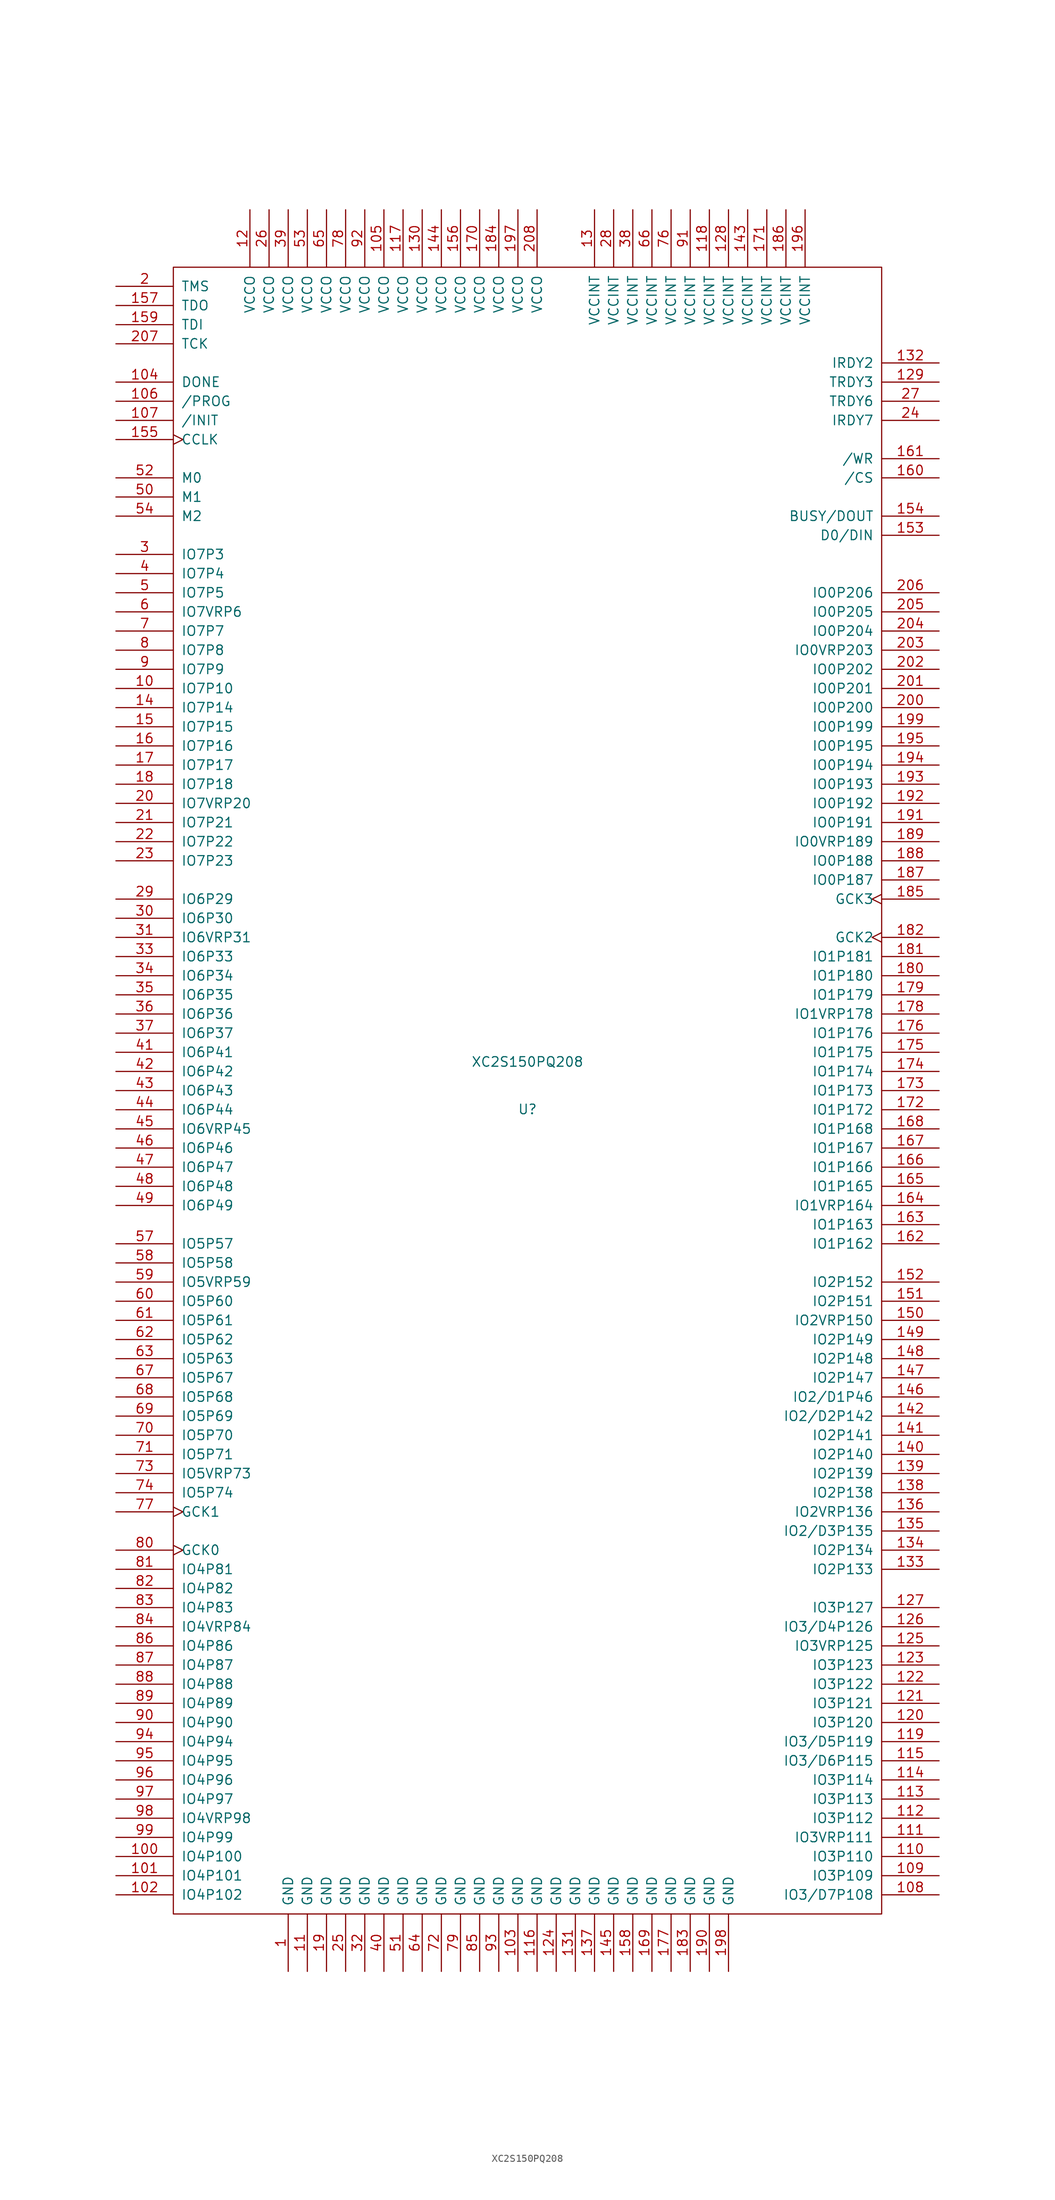
<source format=kicad_sym>
(kicad_symbol_lib
  (version 20201005)
  (generator kicad_symbol_editor)
  (symbol "FPGA_Xilinx:XC2S150PQ208"
    (pin_names
      (offset 1.016))
    (property "Reference" "U"
      (at 0 -2.489 0)
      (effects (font (size 1.27 1.27))))
    (property "Value" "XC2S150PQ208"
      (at 0 3.81 0)
      (effects (font (size 1.27 1.27))))
    (symbol "XC2S150PQ208_0_1"
      (rectangle (start -46.99 109.22) (end 46.99 -109.22) (stroke (width 0)) (fill (type none))))
    (symbol "XC2S150PQ208_1_1"
      (pin power_in line (at -31.75 -116.84 90) (length 7.62) (name "GND" (effects (font (size 1.27 1.27)))) (number "1" (effects (font (size 1.27 1.27)))))
      (pin bidirectional line (at -54.61 53.34 0) (length 7.62) (name "IO7P10" (effects (font (size 1.27 1.27)))) (number "10" (effects (font (size 1.27 1.27)))))
      (pin bidirectional line (at -54.61 -101.6 0) (length 7.62) (name "IO4P100" (effects (font (size 1.27 1.27)))) (number "100" (effects (font (size 1.27 1.27)))))
      (pin bidirectional line (at -54.61 -104.14 0) (length 7.62) (name "IO4P101" (effects (font (size 1.27 1.27)))) (number "101" (effects (font (size 1.27 1.27)))))
      (pin bidirectional line (at -54.61 -106.68 0) (length 7.62) (name "IO4P102" (effects (font (size 1.27 1.27)))) (number "102" (effects (font (size 1.27 1.27)))))
      (pin power_in line (at -1.27 -116.84 90) (length 7.62) (name "GND" (effects (font (size 1.27 1.27)))) (number "103" (effects (font (size 1.27 1.27)))))
      (pin bidirectional line (at -54.61 93.98 0) (length 7.62) (name "DONE" (effects (font (size 1.27 1.27)))) (number "104" (effects (font (size 1.27 1.27)))))
      (pin power_in line (at -19.05 116.84 270) (length 7.62) (name "VCCO" (effects (font (size 1.27 1.27)))) (number "105" (effects (font (size 1.27 1.27)))))
      (pin input line (at -54.61 91.44 0) (length 7.62) (name "/PROG" (effects (font (size 1.27 1.27)))) (number "106" (effects (font (size 1.27 1.27)))))
      (pin bidirectional line (at -54.61 88.9 0) (length 7.62) (name "/INIT" (effects (font (size 1.27 1.27)))) (number "107" (effects (font (size 1.27 1.27)))))
      (pin bidirectional line (at 54.61 -106.68 180) (length 7.62) (name "IO3/D7P108" (effects (font (size 1.27 1.27)))) (number "108" (effects (font (size 1.27 1.27)))))
      (pin bidirectional line (at 54.61 -104.14 180) (length 7.62) (name "IO3P109" (effects (font (size 1.27 1.27)))) (number "109" (effects (font (size 1.27 1.27)))))
      (pin power_in line (at -29.21 -116.84 90) (length 7.62) (name "GND" (effects (font (size 1.27 1.27)))) (number "11" (effects (font (size 1.27 1.27)))))
      (pin bidirectional line (at 54.61 -101.6 180) (length 7.62) (name "IO3P110" (effects (font (size 1.27 1.27)))) (number "110" (effects (font (size 1.27 1.27)))))
      (pin bidirectional line (at 54.61 -99.06 180) (length 7.62) (name "IO3VRP111" (effects (font (size 1.27 1.27)))) (number "111" (effects (font (size 1.27 1.27)))))
      (pin bidirectional line (at 54.61 -96.52 180) (length 7.62) (name "IO3P112" (effects (font (size 1.27 1.27)))) (number "112" (effects (font (size 1.27 1.27)))))
      (pin bidirectional line (at 54.61 -93.98 180) (length 7.62) (name "IO3P113" (effects (font (size 1.27 1.27)))) (number "113" (effects (font (size 1.27 1.27)))))
      (pin bidirectional line (at 54.61 -91.44 180) (length 7.62) (name "IO3P114" (effects (font (size 1.27 1.27)))) (number "114" (effects (font (size 1.27 1.27)))))
      (pin bidirectional line (at 54.61 -88.9 180) (length 7.62) (name "IO3/D6P115" (effects (font (size 1.27 1.27)))) (number "115" (effects (font (size 1.27 1.27)))))
      (pin power_in line (at 1.27 -116.84 90) (length 7.62) (name "GND" (effects (font (size 1.27 1.27)))) (number "116" (effects (font (size 1.27 1.27)))))
      (pin power_in line (at -16.51 116.84 270) (length 7.62) (name "VCCO" (effects (font (size 1.27 1.27)))) (number "117" (effects (font (size 1.27 1.27)))))
      (pin power_in line (at 24.13 116.84 270) (length 7.62) (name "VCCINT" (effects (font (size 1.27 1.27)))) (number "118" (effects (font (size 1.27 1.27)))))
      (pin bidirectional line (at 54.61 -86.36 180) (length 7.62) (name "IO3/D5P119" (effects (font (size 1.27 1.27)))) (number "119" (effects (font (size 1.27 1.27)))))
      (pin power_in line (at -36.83 116.84 270) (length 7.62) (name "VCCO" (effects (font (size 1.27 1.27)))) (number "12" (effects (font (size 1.27 1.27)))))
      (pin bidirectional line (at 54.61 -83.82 180) (length 7.62) (name "IO3P120" (effects (font (size 1.27 1.27)))) (number "120" (effects (font (size 1.27 1.27)))))
      (pin bidirectional line (at 54.61 -81.28 180) (length 7.62) (name "IO3P121" (effects (font (size 1.27 1.27)))) (number "121" (effects (font (size 1.27 1.27)))))
      (pin bidirectional line (at 54.61 -78.74 180) (length 7.62) (name "IO3P122" (effects (font (size 1.27 1.27)))) (number "122" (effects (font (size 1.27 1.27)))))
      (pin bidirectional line (at 54.61 -76.2 180) (length 7.62) (name "IO3P123" (effects (font (size 1.27 1.27)))) (number "123" (effects (font (size 1.27 1.27)))))
      (pin power_in line (at 3.81 -116.84 90) (length 7.62) (name "GND" (effects (font (size 1.27 1.27)))) (number "124" (effects (font (size 1.27 1.27)))))
      (pin bidirectional line (at 54.61 -73.66 180) (length 7.62) (name "IO3VRP125" (effects (font (size 1.27 1.27)))) (number "125" (effects (font (size 1.27 1.27)))))
      (pin bidirectional line (at 54.61 -71.12 180) (length 7.62) (name "IO3/D4P126" (effects (font (size 1.27 1.27)))) (number "126" (effects (font (size 1.27 1.27)))))
      (pin bidirectional line (at 54.61 -68.58 180) (length 7.62) (name "IO3P127" (effects (font (size 1.27 1.27)))) (number "127" (effects (font (size 1.27 1.27)))))
      (pin power_in line (at 26.67 116.84 270) (length 7.62) (name "VCCINT" (effects (font (size 1.27 1.27)))) (number "128" (effects (font (size 1.27 1.27)))))
      (pin bidirectional line (at 54.61 93.98 180) (length 7.62) (name "TRDY3" (effects (font (size 1.27 1.27)))) (number "129" (effects (font (size 1.27 1.27)))))
      (pin power_in line (at 8.89 116.84 270) (length 7.62) (name "VCCINT" (effects (font (size 1.27 1.27)))) (number "13" (effects (font (size 1.27 1.27)))))
      (pin power_in line (at -13.97 116.84 270) (length 7.62) (name "VCCO" (effects (font (size 1.27 1.27)))) (number "130" (effects (font (size 1.27 1.27)))))
      (pin power_in line (at 6.35 -116.84 90) (length 7.62) (name "GND" (effects (font (size 1.27 1.27)))) (number "131" (effects (font (size 1.27 1.27)))))
      (pin bidirectional line (at 54.61 96.52 180) (length 7.62) (name "IRDY2" (effects (font (size 1.27 1.27)))) (number "132" (effects (font (size 1.27 1.27)))))
      (pin bidirectional line (at 54.61 -63.5 180) (length 7.62) (name "IO2P133" (effects (font (size 1.27 1.27)))) (number "133" (effects (font (size 1.27 1.27)))))
      (pin bidirectional line (at 54.61 -60.96 180) (length 7.62) (name "IO2P134" (effects (font (size 1.27 1.27)))) (number "134" (effects (font (size 1.27 1.27)))))
      (pin bidirectional line (at 54.61 -58.42 180) (length 7.62) (name "IO2/D3P135" (effects (font (size 1.27 1.27)))) (number "135" (effects (font (size 1.27 1.27)))))
      (pin bidirectional line (at 54.61 -55.88 180) (length 7.62) (name "IO2VRP136" (effects (font (size 1.27 1.27)))) (number "136" (effects (font (size 1.27 1.27)))))
      (pin power_in line (at 8.89 -116.84 90) (length 7.62) (name "GND" (effects (font (size 1.27 1.27)))) (number "137" (effects (font (size 1.27 1.27)))))
      (pin bidirectional line (at 54.61 -53.34 180) (length 7.62) (name "IO2P138" (effects (font (size 1.27 1.27)))) (number "138" (effects (font (size 1.27 1.27)))))
      (pin bidirectional line (at 54.61 -50.8 180) (length 7.62) (name "IO2P139" (effects (font (size 1.27 1.27)))) (number "139" (effects (font (size 1.27 1.27)))))
      (pin bidirectional line (at -54.61 50.8 0) (length 7.62) (name "IO7P14" (effects (font (size 1.27 1.27)))) (number "14" (effects (font (size 1.27 1.27)))))
      (pin bidirectional line (at 54.61 -48.26 180) (length 7.62) (name "IO2P140" (effects (font (size 1.27 1.27)))) (number "140" (effects (font (size 1.27 1.27)))))
      (pin bidirectional line (at 54.61 -45.72 180) (length 7.62) (name "IO2P141" (effects (font (size 1.27 1.27)))) (number "141" (effects (font (size 1.27 1.27)))))
      (pin bidirectional line (at 54.61 -43.18 180) (length 7.62) (name "IO2/D2P142" (effects (font (size 1.27 1.27)))) (number "142" (effects (font (size 1.27 1.27)))))
      (pin power_in line (at 29.21 116.84 270) (length 7.62) (name "VCCINT" (effects (font (size 1.27 1.27)))) (number "143" (effects (font (size 1.27 1.27)))))
      (pin power_in line (at -11.43 116.84 270) (length 7.62) (name "VCCO" (effects (font (size 1.27 1.27)))) (number "144" (effects (font (size 1.27 1.27)))))
      (pin power_in line (at 11.43 -116.84 90) (length 7.62) (name "GND" (effects (font (size 1.27 1.27)))) (number "145" (effects (font (size 1.27 1.27)))))
      (pin bidirectional line (at 54.61 -40.64 180) (length 7.62) (name "IO2/D1P46" (effects (font (size 1.27 1.27)))) (number "146" (effects (font (size 1.27 1.27)))))
      (pin bidirectional line (at 54.61 -38.1 180) (length 7.62) (name "IO2P147" (effects (font (size 1.27 1.27)))) (number "147" (effects (font (size 1.27 1.27)))))
      (pin bidirectional line (at 54.61 -35.56 180) (length 7.62) (name "IO2P148" (effects (font (size 1.27 1.27)))) (number "148" (effects (font (size 1.27 1.27)))))
      (pin bidirectional line (at 54.61 -33.02 180) (length 7.62) (name "IO2P149" (effects (font (size 1.27 1.27)))) (number "149" (effects (font (size 1.27 1.27)))))
      (pin bidirectional line (at -54.61 48.26 0) (length 7.62) (name "IO7P15" (effects (font (size 1.27 1.27)))) (number "15" (effects (font (size 1.27 1.27)))))
      (pin bidirectional line (at 54.61 -30.48 180) (length 7.62) (name "IO2VRP150" (effects (font (size 1.27 1.27)))) (number "150" (effects (font (size 1.27 1.27)))))
      (pin bidirectional line (at 54.61 -27.94 180) (length 7.62) (name "IO2P151" (effects (font (size 1.27 1.27)))) (number "151" (effects (font (size 1.27 1.27)))))
      (pin bidirectional line (at 54.61 -25.4 180) (length 7.62) (name "IO2P152" (effects (font (size 1.27 1.27)))) (number "152" (effects (font (size 1.27 1.27)))))
      (pin bidirectional line (at 54.61 73.66 180) (length 7.62) (name "D0/DIN" (effects (font (size 1.27 1.27)))) (number "153" (effects (font (size 1.27 1.27)))))
      (pin bidirectional line (at 54.61 76.2 180) (length 7.62) (name "BUSY/DOUT" (effects (font (size 1.27 1.27)))) (number "154" (effects (font (size 1.27 1.27)))))
      (pin bidirectional clock (at -54.61 86.36 0) (length 7.62) (name "CCLK" (effects (font (size 1.27 1.27)))) (number "155" (effects (font (size 1.27 1.27)))))
      (pin power_in line (at -8.89 116.84 270) (length 7.62) (name "VCCO" (effects (font (size 1.27 1.27)))) (number "156" (effects (font (size 1.27 1.27)))))
      (pin bidirectional line (at -54.61 104.14 0) (length 7.62) (name "TDO" (effects (font (size 1.27 1.27)))) (number "157" (effects (font (size 1.27 1.27)))))
      (pin power_in line (at 13.97 -116.84 90) (length 7.62) (name "GND" (effects (font (size 1.27 1.27)))) (number "158" (effects (font (size 1.27 1.27)))))
      (pin bidirectional line (at -54.61 101.6 0) (length 7.62) (name "TDI" (effects (font (size 1.27 1.27)))) (number "159" (effects (font (size 1.27 1.27)))))
      (pin bidirectional line (at -54.61 45.72 0) (length 7.62) (name "IO7P16" (effects (font (size 1.27 1.27)))) (number "16" (effects (font (size 1.27 1.27)))))
      (pin bidirectional line (at 54.61 81.28 180) (length 7.62) (name "/CS" (effects (font (size 1.27 1.27)))) (number "160" (effects (font (size 1.27 1.27)))))
      (pin bidirectional line (at 54.61 83.82 180) (length 7.62) (name "/WR" (effects (font (size 1.27 1.27)))) (number "161" (effects (font (size 1.27 1.27)))))
      (pin bidirectional line (at 54.61 -20.32 180) (length 7.62) (name "IO1P162" (effects (font (size 1.27 1.27)))) (number "162" (effects (font (size 1.27 1.27)))))
      (pin bidirectional line (at 54.61 -17.78 180) (length 7.62) (name "IO1P163" (effects (font (size 1.27 1.27)))) (number "163" (effects (font (size 1.27 1.27)))))
      (pin bidirectional line (at 54.61 -15.24 180) (length 7.62) (name "IO1VRP164" (effects (font (size 1.27 1.27)))) (number "164" (effects (font (size 1.27 1.27)))))
      (pin bidirectional line (at 54.61 -12.7 180) (length 7.62) (name "IO1P165" (effects (font (size 1.27 1.27)))) (number "165" (effects (font (size 1.27 1.27)))))
      (pin bidirectional line (at 54.61 -10.16 180) (length 7.62) (name "IO1P166" (effects (font (size 1.27 1.27)))) (number "166" (effects (font (size 1.27 1.27)))))
      (pin bidirectional line (at 54.61 -7.62 180) (length 7.62) (name "IO1P167" (effects (font (size 1.27 1.27)))) (number "167" (effects (font (size 1.27 1.27)))))
      (pin bidirectional line (at 54.61 -5.08 180) (length 7.62) (name "IO1P168" (effects (font (size 1.27 1.27)))) (number "168" (effects (font (size 1.27 1.27)))))
      (pin power_in line (at 16.51 -116.84 90) (length 7.62) (name "GND" (effects (font (size 1.27 1.27)))) (number "169" (effects (font (size 1.27 1.27)))))
      (pin bidirectional line (at -54.61 43.18 0) (length 7.62) (name "IO7P17" (effects (font (size 1.27 1.27)))) (number "17" (effects (font (size 1.27 1.27)))))
      (pin power_in line (at -6.35 116.84 270) (length 7.62) (name "VCCO" (effects (font (size 1.27 1.27)))) (number "170" (effects (font (size 1.27 1.27)))))
      (pin power_in line (at 31.75 116.84 270) (length 7.62) (name "VCCINT" (effects (font (size 1.27 1.27)))) (number "171" (effects (font (size 1.27 1.27)))))
      (pin bidirectional line (at 54.61 -2.54 180) (length 7.62) (name "IO1P172" (effects (font (size 1.27 1.27)))) (number "172" (effects (font (size 1.27 1.27)))))
      (pin bidirectional line (at 54.61 0 180) (length 7.62) (name "IO1P173" (effects (font (size 1.27 1.27)))) (number "173" (effects (font (size 1.27 1.27)))))
      (pin bidirectional line (at 54.61 2.54 180) (length 7.62) (name "IO1P174" (effects (font (size 1.27 1.27)))) (number "174" (effects (font (size 1.27 1.27)))))
      (pin bidirectional line (at 54.61 5.08 180) (length 7.62) (name "IO1P175" (effects (font (size 1.27 1.27)))) (number "175" (effects (font (size 1.27 1.27)))))
      (pin bidirectional line (at 54.61 7.62 180) (length 7.62) (name "IO1P176" (effects (font (size 1.27 1.27)))) (number "176" (effects (font (size 1.27 1.27)))))
      (pin power_in line (at 19.05 -116.84 90) (length 7.62) (name "GND" (effects (font (size 1.27 1.27)))) (number "177" (effects (font (size 1.27 1.27)))))
      (pin bidirectional line (at 54.61 10.16 180) (length 7.62) (name "IO1VRP178" (effects (font (size 1.27 1.27)))) (number "178" (effects (font (size 1.27 1.27)))))
      (pin bidirectional line (at 54.61 12.7 180) (length 7.62) (name "IO1P179" (effects (font (size 1.27 1.27)))) (number "179" (effects (font (size 1.27 1.27)))))
      (pin bidirectional line (at -54.61 40.64 0) (length 7.62) (name "IO7P18" (effects (font (size 1.27 1.27)))) (number "18" (effects (font (size 1.27 1.27)))))
      (pin bidirectional line (at 54.61 15.24 180) (length 7.62) (name "IO1P180" (effects (font (size 1.27 1.27)))) (number "180" (effects (font (size 1.27 1.27)))))
      (pin bidirectional line (at 54.61 17.78 180) (length 7.62) (name "IO1P181" (effects (font (size 1.27 1.27)))) (number "181" (effects (font (size 1.27 1.27)))))
      (pin input clock (at 54.61 20.32 180) (length 7.62) (name "GCK2" (effects (font (size 1.27 1.27)))) (number "182" (effects (font (size 1.27 1.27)))))
      (pin power_in line (at 21.59 -116.84 90) (length 7.62) (name "GND" (effects (font (size 1.27 1.27)))) (number "183" (effects (font (size 1.27 1.27)))))
      (pin power_in line (at -3.81 116.84 270) (length 7.62) (name "VCCO" (effects (font (size 1.27 1.27)))) (number "184" (effects (font (size 1.27 1.27)))))
      (pin input clock (at 54.61 25.4 180) (length 7.62) (name "GCK3" (effects (font (size 1.27 1.27)))) (number "185" (effects (font (size 1.27 1.27)))))
      (pin power_in line (at 34.29 116.84 270) (length 7.62) (name "VCCINT" (effects (font (size 1.27 1.27)))) (number "186" (effects (font (size 1.27 1.27)))))
      (pin bidirectional line (at 54.61 27.94 180) (length 7.62) (name "IO0P187" (effects (font (size 1.27 1.27)))) (number "187" (effects (font (size 1.27 1.27)))))
      (pin bidirectional line (at 54.61 30.48 180) (length 7.62) (name "IO0P188" (effects (font (size 1.27 1.27)))) (number "188" (effects (font (size 1.27 1.27)))))
      (pin bidirectional line (at 54.61 33.02 180) (length 7.62) (name "IO0VRP189" (effects (font (size 1.27 1.27)))) (number "189" (effects (font (size 1.27 1.27)))))
      (pin power_in line (at -26.67 -116.84 90) (length 7.62) (name "GND" (effects (font (size 1.27 1.27)))) (number "19" (effects (font (size 1.27 1.27)))))
      (pin power_in line (at 24.13 -116.84 90) (length 7.62) (name "GND" (effects (font (size 1.27 1.27)))) (number "190" (effects (font (size 1.27 1.27)))))
      (pin bidirectional line (at 54.61 35.56 180) (length 7.62) (name "IO0P191" (effects (font (size 1.27 1.27)))) (number "191" (effects (font (size 1.27 1.27)))))
      (pin bidirectional line (at 54.61 38.1 180) (length 7.62) (name "IO0P192" (effects (font (size 1.27 1.27)))) (number "192" (effects (font (size 1.27 1.27)))))
      (pin bidirectional line (at 54.61 40.64 180) (length 7.62) (name "IO0P193" (effects (font (size 1.27 1.27)))) (number "193" (effects (font (size 1.27 1.27)))))
      (pin bidirectional line (at 54.61 43.18 180) (length 7.62) (name "IO0P194" (effects (font (size 1.27 1.27)))) (number "194" (effects (font (size 1.27 1.27)))))
      (pin bidirectional line (at 54.61 45.72 180) (length 7.62) (name "IO0P195" (effects (font (size 1.27 1.27)))) (number "195" (effects (font (size 1.27 1.27)))))
      (pin power_in line (at 36.83 116.84 270) (length 7.62) (name "VCCINT" (effects (font (size 1.27 1.27)))) (number "196" (effects (font (size 1.27 1.27)))))
      (pin power_in line (at -1.27 116.84 270) (length 7.62) (name "VCCO" (effects (font (size 1.27 1.27)))) (number "197" (effects (font (size 1.27 1.27)))))
      (pin power_in line (at 26.67 -116.84 90) (length 7.62) (name "GND" (effects (font (size 1.27 1.27)))) (number "198" (effects (font (size 1.27 1.27)))))
      (pin bidirectional line (at 54.61 48.26 180) (length 7.62) (name "IO0P199" (effects (font (size 1.27 1.27)))) (number "199" (effects (font (size 1.27 1.27)))))
      (pin bidirectional line (at -54.61 106.68 0) (length 7.62) (name "TMS" (effects (font (size 1.27 1.27)))) (number "2" (effects (font (size 1.27 1.27)))))
      (pin bidirectional line (at -54.61 38.1 0) (length 7.62) (name "IO7VRP20" (effects (font (size 1.27 1.27)))) (number "20" (effects (font (size 1.27 1.27)))))
      (pin bidirectional line (at 54.61 50.8 180) (length 7.62) (name "IO0P200" (effects (font (size 1.27 1.27)))) (number "200" (effects (font (size 1.27 1.27)))))
      (pin bidirectional line (at 54.61 53.34 180) (length 7.62) (name "IO0P201" (effects (font (size 1.27 1.27)))) (number "201" (effects (font (size 1.27 1.27)))))
      (pin bidirectional line (at 54.61 55.88 180) (length 7.62) (name "IO0P202" (effects (font (size 1.27 1.27)))) (number "202" (effects (font (size 1.27 1.27)))))
      (pin bidirectional line (at 54.61 58.42 180) (length 7.62) (name "IO0VRP203" (effects (font (size 1.27 1.27)))) (number "203" (effects (font (size 1.27 1.27)))))
      (pin bidirectional line (at 54.61 60.96 180) (length 7.62) (name "IO0P204" (effects (font (size 1.27 1.27)))) (number "204" (effects (font (size 1.27 1.27)))))
      (pin bidirectional line (at 54.61 63.5 180) (length 7.62) (name "IO0P205" (effects (font (size 1.27 1.27)))) (number "205" (effects (font (size 1.27 1.27)))))
      (pin bidirectional line (at 54.61 66.04 180) (length 7.62) (name "IO0P206" (effects (font (size 1.27 1.27)))) (number "206" (effects (font (size 1.27 1.27)))))
      (pin bidirectional line (at -54.61 99.06 0) (length 7.62) (name "TCK" (effects (font (size 1.27 1.27)))) (number "207" (effects (font (size 1.27 1.27)))))
      (pin power_in line (at 1.27 116.84 270) (length 7.62) (name "VCCO" (effects (font (size 1.27 1.27)))) (number "208" (effects (font (size 1.27 1.27)))))
      (pin bidirectional line (at -54.61 35.56 0) (length 7.62) (name "IO7P21" (effects (font (size 1.27 1.27)))) (number "21" (effects (font (size 1.27 1.27)))))
      (pin bidirectional line (at -54.61 33.02 0) (length 7.62) (name "IO7P22" (effects (font (size 1.27 1.27)))) (number "22" (effects (font (size 1.27 1.27)))))
      (pin bidirectional line (at -54.61 30.48 0) (length 7.62) (name "IO7P23" (effects (font (size 1.27 1.27)))) (number "23" (effects (font (size 1.27 1.27)))))
      (pin bidirectional line (at 54.61 88.9 180) (length 7.62) (name "IRDY7" (effects (font (size 1.27 1.27)))) (number "24" (effects (font (size 1.27 1.27)))))
      (pin power_in line (at -24.13 -116.84 90) (length 7.62) (name "GND" (effects (font (size 1.27 1.27)))) (number "25" (effects (font (size 1.27 1.27)))))
      (pin power_in line (at -34.29 116.84 270) (length 7.62) (name "VCCO" (effects (font (size 1.27 1.27)))) (number "26" (effects (font (size 1.27 1.27)))))
      (pin bidirectional line (at 54.61 91.44 180) (length 7.62) (name "TRDY6" (effects (font (size 1.27 1.27)))) (number "27" (effects (font (size 1.27 1.27)))))
      (pin power_in line (at 11.43 116.84 270) (length 7.62) (name "VCCINT" (effects (font (size 1.27 1.27)))) (number "28" (effects (font (size 1.27 1.27)))))
      (pin bidirectional line (at -54.61 25.4 0) (length 7.62) (name "IO6P29" (effects (font (size 1.27 1.27)))) (number "29" (effects (font (size 1.27 1.27)))))
      (pin bidirectional line (at -54.61 71.12 0) (length 7.62) (name "IO7P3" (effects (font (size 1.27 1.27)))) (number "3" (effects (font (size 1.27 1.27)))))
      (pin bidirectional line (at -54.61 22.86 0) (length 7.62) (name "IO6P30" (effects (font (size 1.27 1.27)))) (number "30" (effects (font (size 1.27 1.27)))))
      (pin bidirectional line (at -54.61 20.32 0) (length 7.62) (name "IO6VRP31" (effects (font (size 1.27 1.27)))) (number "31" (effects (font (size 1.27 1.27)))))
      (pin power_in line (at -21.59 -116.84 90) (length 7.62) (name "GND" (effects (font (size 1.27 1.27)))) (number "32" (effects (font (size 1.27 1.27)))))
      (pin bidirectional line (at -54.61 17.78 0) (length 7.62) (name "IO6P33" (effects (font (size 1.27 1.27)))) (number "33" (effects (font (size 1.27 1.27)))))
      (pin bidirectional line (at -54.61 15.24 0) (length 7.62) (name "IO6P34" (effects (font (size 1.27 1.27)))) (number "34" (effects (font (size 1.27 1.27)))))
      (pin bidirectional line (at -54.61 12.7 0) (length 7.62) (name "IO6P35" (effects (font (size 1.27 1.27)))) (number "35" (effects (font (size 1.27 1.27)))))
      (pin bidirectional line (at -54.61 10.16 0) (length 7.62) (name "IO6P36" (effects (font (size 1.27 1.27)))) (number "36" (effects (font (size 1.27 1.27)))))
      (pin bidirectional line (at -54.61 7.62 0) (length 7.62) (name "IO6P37" (effects (font (size 1.27 1.27)))) (number "37" (effects (font (size 1.27 1.27)))))
      (pin power_in line (at 13.97 116.84 270) (length 7.62) (name "VCCINT" (effects (font (size 1.27 1.27)))) (number "38" (effects (font (size 1.27 1.27)))))
      (pin power_in line (at -31.75 116.84 270) (length 7.62) (name "VCCO" (effects (font (size 1.27 1.27)))) (number "39" (effects (font (size 1.27 1.27)))))
      (pin bidirectional line (at -54.61 68.58 0) (length 7.62) (name "IO7P4" (effects (font (size 1.27 1.27)))) (number "4" (effects (font (size 1.27 1.27)))))
      (pin power_in line (at -19.05 -116.84 90) (length 7.62) (name "GND" (effects (font (size 1.27 1.27)))) (number "40" (effects (font (size 1.27 1.27)))))
      (pin bidirectional line (at -54.61 5.08 0) (length 7.62) (name "IO6P41" (effects (font (size 1.27 1.27)))) (number "41" (effects (font (size 1.27 1.27)))))
      (pin bidirectional line (at -54.61 2.54 0) (length 7.62) (name "IO6P42" (effects (font (size 1.27 1.27)))) (number "42" (effects (font (size 1.27 1.27)))))
      (pin bidirectional line (at -54.61 0 0) (length 7.62) (name "IO6P43" (effects (font (size 1.27 1.27)))) (number "43" (effects (font (size 1.27 1.27)))))
      (pin bidirectional line (at -54.61 -2.54 0) (length 7.62) (name "IO6P44" (effects (font (size 1.27 1.27)))) (number "44" (effects (font (size 1.27 1.27)))))
      (pin bidirectional line (at -54.61 -5.08 0) (length 7.62) (name "IO6VRP45" (effects (font (size 1.27 1.27)))) (number "45" (effects (font (size 1.27 1.27)))))
      (pin bidirectional line (at -54.61 -7.62 0) (length 7.62) (name "IO6P46" (effects (font (size 1.27 1.27)))) (number "46" (effects (font (size 1.27 1.27)))))
      (pin bidirectional line (at -54.61 -10.16 0) (length 7.62) (name "IO6P47" (effects (font (size 1.27 1.27)))) (number "47" (effects (font (size 1.27 1.27)))))
      (pin bidirectional line (at -54.61 -12.7 0) (length 7.62) (name "IO6P48" (effects (font (size 1.27 1.27)))) (number "48" (effects (font (size 1.27 1.27)))))
      (pin bidirectional line (at -54.61 -15.24 0) (length 7.62) (name "IO6P49" (effects (font (size 1.27 1.27)))) (number "49" (effects (font (size 1.27 1.27)))))
      (pin bidirectional line (at -54.61 66.04 0) (length 7.62) (name "IO7P5" (effects (font (size 1.27 1.27)))) (number "5" (effects (font (size 1.27 1.27)))))
      (pin input line (at -54.61 78.74 0) (length 7.62) (name "M1" (effects (font (size 1.27 1.27)))) (number "50" (effects (font (size 1.27 1.27)))))
      (pin power_in line (at -16.51 -116.84 90) (length 7.62) (name "GND" (effects (font (size 1.27 1.27)))) (number "51" (effects (font (size 1.27 1.27)))))
      (pin input line (at -54.61 81.28 0) (length 7.62) (name "M0" (effects (font (size 1.27 1.27)))) (number "52" (effects (font (size 1.27 1.27)))))
      (pin power_in line (at -29.21 116.84 270) (length 7.62) (name "VCCO" (effects (font (size 1.27 1.27)))) (number "53" (effects (font (size 1.27 1.27)))))
      (pin input line (at -54.61 76.2 0) (length 7.62) (name "M2" (effects (font (size 1.27 1.27)))) (number "54" (effects (font (size 1.27 1.27)))))
      (pin bidirectional line (at -54.61 -20.32 0) (length 7.62) (name "IO5P57" (effects (font (size 1.27 1.27)))) (number "57" (effects (font (size 1.27 1.27)))))
      (pin bidirectional line (at -54.61 -22.86 0) (length 7.62) (name "IO5P58" (effects (font (size 1.27 1.27)))) (number "58" (effects (font (size 1.27 1.27)))))
      (pin bidirectional line (at -54.61 -25.4 0) (length 7.62) (name "IO5VRP59" (effects (font (size 1.27 1.27)))) (number "59" (effects (font (size 1.27 1.27)))))
      (pin bidirectional line (at -54.61 63.5 0) (length 7.62) (name "IO7VRP6" (effects (font (size 1.27 1.27)))) (number "6" (effects (font (size 1.27 1.27)))))
      (pin bidirectional line (at -54.61 -27.94 0) (length 7.62) (name "IO5P60" (effects (font (size 1.27 1.27)))) (number "60" (effects (font (size 1.27 1.27)))))
      (pin bidirectional line (at -54.61 -30.48 0) (length 7.62) (name "IO5P61" (effects (font (size 1.27 1.27)))) (number "61" (effects (font (size 1.27 1.27)))))
      (pin bidirectional line (at -54.61 -33.02 0) (length 7.62) (name "IO5P62" (effects (font (size 1.27 1.27)))) (number "62" (effects (font (size 1.27 1.27)))))
      (pin bidirectional line (at -54.61 -35.56 0) (length 7.62) (name "IO5P63" (effects (font (size 1.27 1.27)))) (number "63" (effects (font (size 1.27 1.27)))))
      (pin power_in line (at -13.97 -116.84 90) (length 7.62) (name "GND" (effects (font (size 1.27 1.27)))) (number "64" (effects (font (size 1.27 1.27)))))
      (pin power_in line (at -26.67 116.84 270) (length 7.62) (name "VCCO" (effects (font (size 1.27 1.27)))) (number "65" (effects (font (size 1.27 1.27)))))
      (pin power_in line (at 16.51 116.84 270) (length 7.62) (name "VCCINT" (effects (font (size 1.27 1.27)))) (number "66" (effects (font (size 1.27 1.27)))))
      (pin bidirectional line (at -54.61 -38.1 0) (length 7.62) (name "IO5P67" (effects (font (size 1.27 1.27)))) (number "67" (effects (font (size 1.27 1.27)))))
      (pin bidirectional line (at -54.61 -40.64 0) (length 7.62) (name "IO5P68" (effects (font (size 1.27 1.27)))) (number "68" (effects (font (size 1.27 1.27)))))
      (pin bidirectional line (at -54.61 -43.18 0) (length 7.62) (name "IO5P69" (effects (font (size 1.27 1.27)))) (number "69" (effects (font (size 1.27 1.27)))))
      (pin bidirectional line (at -54.61 60.96 0) (length 7.62) (name "IO7P7" (effects (font (size 1.27 1.27)))) (number "7" (effects (font (size 1.27 1.27)))))
      (pin bidirectional line (at -54.61 -45.72 0) (length 7.62) (name "IO5P70" (effects (font (size 1.27 1.27)))) (number "70" (effects (font (size 1.27 1.27)))))
      (pin bidirectional line (at -54.61 -48.26 0) (length 7.62) (name "IO5P71" (effects (font (size 1.27 1.27)))) (number "71" (effects (font (size 1.27 1.27)))))
      (pin power_in line (at -11.43 -116.84 90) (length 7.62) (name "GND" (effects (font (size 1.27 1.27)))) (number "72" (effects (font (size 1.27 1.27)))))
      (pin bidirectional line (at -54.61 -50.8 0) (length 7.62) (name "IO5VRP73" (effects (font (size 1.27 1.27)))) (number "73" (effects (font (size 1.27 1.27)))))
      (pin bidirectional line (at -54.61 -53.34 0) (length 7.62) (name "IO5P74" (effects (font (size 1.27 1.27)))) (number "74" (effects (font (size 1.27 1.27)))))
      (pin power_in line (at 19.05 116.84 270) (length 7.62) (name "VCCINT" (effects (font (size 1.27 1.27)))) (number "76" (effects (font (size 1.27 1.27)))))
      (pin input clock (at -54.61 -55.88 0) (length 7.62) (name "GCK1" (effects (font (size 1.27 1.27)))) (number "77" (effects (font (size 1.27 1.27)))))
      (pin power_in line (at -24.13 116.84 270) (length 7.62) (name "VCCO" (effects (font (size 1.27 1.27)))) (number "78" (effects (font (size 1.27 1.27)))))
      (pin power_in line (at -8.89 -116.84 90) (length 7.62) (name "GND" (effects (font (size 1.27 1.27)))) (number "79" (effects (font (size 1.27 1.27)))))
      (pin bidirectional line (at -54.61 58.42 0) (length 7.62) (name "IO7P8" (effects (font (size 1.27 1.27)))) (number "8" (effects (font (size 1.27 1.27)))))
      (pin input clock (at -54.61 -60.96 0) (length 7.62) (name "GCK0" (effects (font (size 1.27 1.27)))) (number "80" (effects (font (size 1.27 1.27)))))
      (pin bidirectional line (at -54.61 -63.5 0) (length 7.62) (name "IO4P81" (effects (font (size 1.27 1.27)))) (number "81" (effects (font (size 1.27 1.27)))))
      (pin bidirectional line (at -54.61 -66.04 0) (length 7.62) (name "IO4P82" (effects (font (size 1.27 1.27)))) (number "82" (effects (font (size 1.27 1.27)))))
      (pin bidirectional line (at -54.61 -68.58 0) (length 7.62) (name "IO4P83" (effects (font (size 1.27 1.27)))) (number "83" (effects (font (size 1.27 1.27)))))
      (pin bidirectional line (at -54.61 -71.12 0) (length 7.62) (name "IO4VRP84" (effects (font (size 1.27 1.27)))) (number "84" (effects (font (size 1.27 1.27)))))
      (pin power_in line (at -6.35 -116.84 90) (length 7.62) (name "GND" (effects (font (size 1.27 1.27)))) (number "85" (effects (font (size 1.27 1.27)))))
      (pin bidirectional line (at -54.61 -73.66 0) (length 7.62) (name "IO4P86" (effects (font (size 1.27 1.27)))) (number "86" (effects (font (size 1.27 1.27)))))
      (pin bidirectional line (at -54.61 -76.2 0) (length 7.62) (name "IO4P87" (effects (font (size 1.27 1.27)))) (number "87" (effects (font (size 1.27 1.27)))))
      (pin bidirectional line (at -54.61 -78.74 0) (length 7.62) (name "IO4P88" (effects (font (size 1.27 1.27)))) (number "88" (effects (font (size 1.27 1.27)))))
      (pin bidirectional line (at -54.61 -81.28 0) (length 7.62) (name "IO4P89" (effects (font (size 1.27 1.27)))) (number "89" (effects (font (size 1.27 1.27)))))
      (pin bidirectional line (at -54.61 55.88 0) (length 7.62) (name "IO7P9" (effects (font (size 1.27 1.27)))) (number "9" (effects (font (size 1.27 1.27)))))
      (pin bidirectional line (at -54.61 -83.82 0) (length 7.62) (name "IO4P90" (effects (font (size 1.27 1.27)))) (number "90" (effects (font (size 1.27 1.27)))))
      (pin power_in line (at 21.59 116.84 270) (length 7.62) (name "VCCINT" (effects (font (size 1.27 1.27)))) (number "91" (effects (font (size 1.27 1.27)))))
      (pin power_in line (at -21.59 116.84 270) (length 7.62) (name "VCCO" (effects (font (size 1.27 1.27)))) (number "92" (effects (font (size 1.27 1.27)))))
      (pin power_in line (at -3.81 -116.84 90) (length 7.62) (name "GND" (effects (font (size 1.27 1.27)))) (number "93" (effects (font (size 1.27 1.27)))))
      (pin bidirectional line (at -54.61 -86.36 0) (length 7.62) (name "IO4P94" (effects (font (size 1.27 1.27)))) (number "94" (effects (font (size 1.27 1.27)))))
      (pin bidirectional line (at -54.61 -88.9 0) (length 7.62) (name "IO4P95" (effects (font (size 1.27 1.27)))) (number "95" (effects (font (size 1.27 1.27)))))
      (pin bidirectional line (at -54.61 -91.44 0) (length 7.62) (name "IO4P96" (effects (font (size 1.27 1.27)))) (number "96" (effects (font (size 1.27 1.27)))))
      (pin bidirectional line (at -54.61 -93.98 0) (length 7.62) (name "IO4P97" (effects (font (size 1.27 1.27)))) (number "97" (effects (font (size 1.27 1.27)))))
      (pin bidirectional line (at -54.61 -96.52 0) (length 7.62) (name "IO4VRP98" (effects (font (size 1.27 1.27)))) (number "98" (effects (font (size 1.27 1.27)))))
      (pin bidirectional line (at -54.61 -99.06 0) (length 7.62) (name "IO4P99" (effects (font (size 1.27 1.27)))) (number "99" (effects (font (size 1.27 1.27))))))))
</source>
